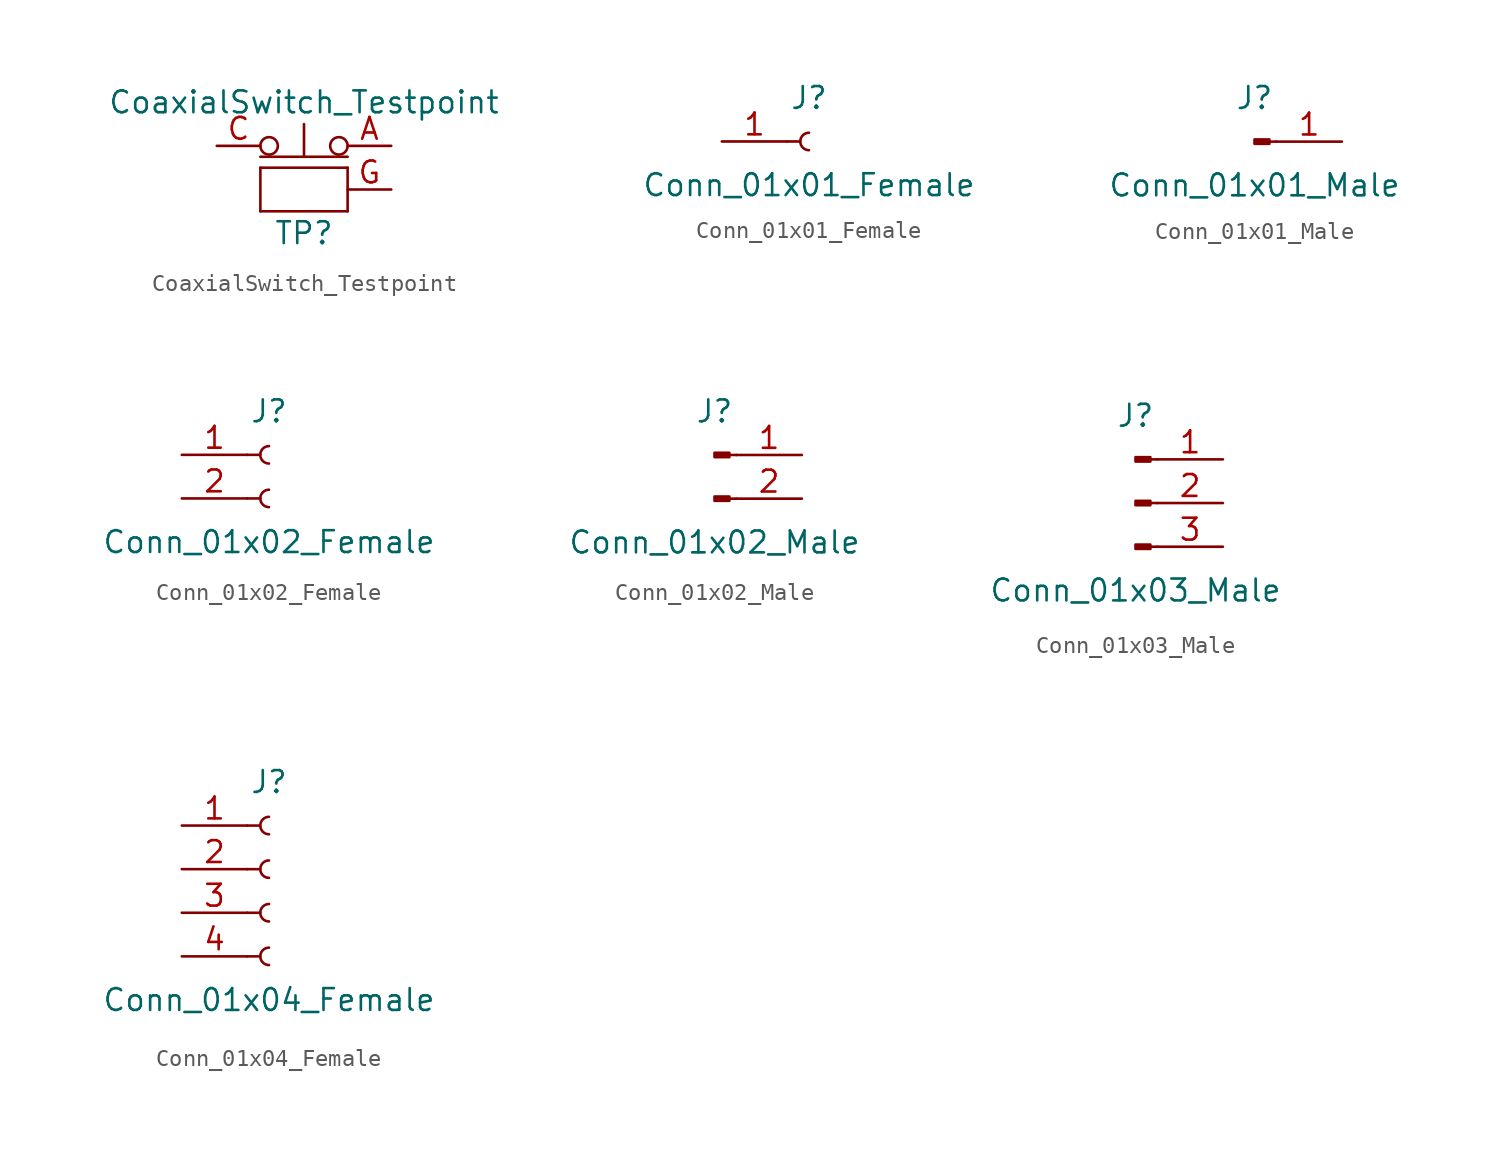
<source format=kicad_sym>
(kicad_symbol_lib
  (version 20201005)
  (generator kicad_symbol_editor)
  (symbol "Connector:CoaxialSwitch_Testpoint"
    (pin_names
      (offset 1.016) hide)
    (property "Reference" "TP"
      (at 0 -3.81 0)
      (effects (font (size 1.27 1.27))))
    (property "Value" "CoaxialSwitch_Testpoint"
      (at 0 3.81 0)
      (effects (font (size 1.27 1.27))))
    (symbol "CoaxialSwitch_Testpoint_0_1"
      (rectangle (start -2.54 -2.54) (end 2.54 -2.54) (stroke (width 0)) (fill (type none)))
      (rectangle (start -2.54 0) (end -2.54 -2.54) (stroke (width 0)) (fill (type none)))
      (rectangle (start 2.54 0) (end -2.54 0) (stroke (width 0)) (fill (type none)))
      (rectangle (start 2.54 0) (end 2.54 -2.54) (stroke (width 0)) (fill (type none))))
    (symbol "CoaxialSwitch_Testpoint_1_1"
      (circle (center -2.032 1.27) (radius 0.508) (stroke (width 0)) (fill (type none)))
      (circle (center 2.032 1.27) (radius 0.508) (stroke (width 0)) (fill (type none)))
      (polyline (pts (xy -2.54 0.635) (xy 2.54 0.635)) (stroke (width 0)) (fill (type none)))
      (polyline (pts (xy 0 0.635) (xy 0 2.54)) (stroke (width 0)) (fill (type none)))
      (pin passive line (at 5.08 1.27 180) (length 2.54) (name "A" (effects (font (size 1.27 1.27)))) (number "A" (effects (font (size 1.27 1.27)))))
      (pin passive line (at -5.08 1.27 0) (length 2.54) (name "C" (effects (font (size 1.27 1.27)))) (number "C" (effects (font (size 1.27 1.27)))))
      (pin passive line (at 5.08 -1.27 180) (length 2.54) (name "G" (effects (font (size 1.27 1.27)))) (number "G" (effects (font (size 1.27 1.27)))))))
  (symbol "Connector:Conn_01x01_Female"
    (pin_names
      (offset 1.016) hide)
    (property "Reference" "J"
      (at 0 2.54 0)
      (effects (font (size 1.27 1.27))))
    (property "Value" "Conn_01x01_Female"
      (at 0 -2.54 0)
      (effects (font (size 1.27 1.27))))
    (symbol "Conn_01x01_Female_1_1"
      (arc (start 0 0.508) (end 0 -0.508) (radius (at 0 0) (length 0.508) (angles 90.1 -90.1)) (stroke (width 0.1524)) (fill (type none)))
      (polyline (pts (xy -1.27 0) (xy -0.508 0)) (stroke (width 0.152)) (fill (type none)))
      (pin passive line (at -5.08 0 0) (length 3.81) (name "Pin_1" (effects (font (size 1.27 1.27)))) (number "1" (effects (font (size 1.27 1.27)))))))
  (symbol "Connector:Conn_01x01_Male"
    (pin_names
      (offset 1.016) hide)
    (property "Reference" "J"
      (at 0 2.54 0)
      (effects (font (size 1.27 1.27))))
    (property "Value" "Conn_01x01_Male"
      (at 0 -2.54 0)
      (effects (font (size 1.27 1.27))))
    (symbol "Conn_01x01_Male_1_1"
      (rectangle (start 0.864 0.127) (end 0 -0.127) (stroke (width 0.152)) (fill (type outline)))
      (polyline (pts (xy 1.27 0) (xy 0.864 0)) (stroke (width 0.152)) (fill (type none)))
      (pin passive line (at 5.08 0 180) (length 3.81) (name "Pin_1" (effects (font (size 1.27 1.27)))) (number "1" (effects (font (size 1.27 1.27)))))))
  (symbol "Connector:Conn_01x02_Female"
    (pin_names
      (offset 1.016) hide)
    (property "Reference" "J"
      (at 0 2.54 0)
      (effects (font (size 1.27 1.27))))
    (property "Value" "Conn_01x02_Female"
      (at 0 -5.08 0)
      (effects (font (size 1.27 1.27))))
    (symbol "Conn_01x02_Female_1_1"
      (arc (start 0 -2.032) (end 0 -3.048) (radius (at 0 -2.54) (length 0.508) (angles 90.1 -90.1)) (stroke (width 0.1524)) (fill (type none)))
      (arc (start 0 0.508) (end 0 -0.508) (radius (at 0 0) (length 0.508) (angles 90.1 -90.1)) (stroke (width 0.1524)) (fill (type none)))
      (polyline (pts (xy -1.27 -2.54) (xy -0.508 -2.54)) (stroke (width 0.152)) (fill (type none)))
      (polyline (pts (xy -1.27 0) (xy -0.508 0)) (stroke (width 0.152)) (fill (type none)))
      (pin passive line (at -5.08 0 0) (length 3.81) (name "Pin_1" (effects (font (size 1.27 1.27)))) (number "1" (effects (font (size 1.27 1.27)))))
      (pin passive line (at -5.08 -2.54 0) (length 3.81) (name "Pin_2" (effects (font (size 1.27 1.27)))) (number "2" (effects (font (size 1.27 1.27)))))))
  (symbol "Connector:Conn_01x02_Male"
    (pin_names
      (offset 1.016) hide)
    (property "Reference" "J"
      (at 0 2.54 0)
      (effects (font (size 1.27 1.27))))
    (property "Value" "Conn_01x02_Male"
      (at 0 -5.08 0)
      (effects (font (size 1.27 1.27))))
    (symbol "Conn_01x02_Male_1_1"
      (rectangle (start 0.864 -2.413) (end 0 -2.667) (stroke (width 0.152)) (fill (type outline)))
      (rectangle (start 0.864 0.127) (end 0 -0.127) (stroke (width 0.152)) (fill (type outline)))
      (polyline (pts (xy 1.27 -2.54) (xy 0.864 -2.54)) (stroke (width 0.152)) (fill (type none)))
      (polyline (pts (xy 1.27 0) (xy 0.864 0)) (stroke (width 0.152)) (fill (type none)))
      (pin passive line (at 5.08 0 180) (length 3.81) (name "Pin_1" (effects (font (size 1.27 1.27)))) (number "1" (effects (font (size 1.27 1.27)))))
      (pin passive line (at 5.08 -2.54 180) (length 3.81) (name "Pin_2" (effects (font (size 1.27 1.27)))) (number "2" (effects (font (size 1.27 1.27)))))))
  (symbol "Connector:Conn_01x03_Male"
    (pin_names
      (offset 1.016) hide)
    (property "Reference" "J"
      (at 0 5.08 0)
      (effects (font (size 1.27 1.27))))
    (property "Value" "Conn_01x03_Male"
      (at 0 -5.08 0)
      (effects (font (size 1.27 1.27))))
    (symbol "Conn_01x03_Male_1_1"
      (rectangle (start 0.864 -2.413) (end 0 -2.667) (stroke (width 0.152)) (fill (type outline)))
      (rectangle (start 0.864 0.127) (end 0 -0.127) (stroke (width 0.152)) (fill (type outline)))
      (rectangle (start 0.864 2.667) (end 0 2.413) (stroke (width 0.152)) (fill (type outline)))
      (polyline (pts (xy 1.27 -2.54) (xy 0.864 -2.54)) (stroke (width 0.152)) (fill (type none)))
      (polyline (pts (xy 1.27 0) (xy 0.864 0)) (stroke (width 0.152)) (fill (type none)))
      (polyline (pts (xy 1.27 2.54) (xy 0.864 2.54)) (stroke (width 0.152)) (fill (type none)))
      (pin passive line (at 5.08 2.54 180) (length 3.81) (name "Pin_1" (effects (font (size 1.27 1.27)))) (number "1" (effects (font (size 1.27 1.27)))))
      (pin passive line (at 5.08 0 180) (length 3.81) (name "Pin_2" (effects (font (size 1.27 1.27)))) (number "2" (effects (font (size 1.27 1.27)))))
      (pin passive line (at 5.08 -2.54 180) (length 3.81) (name "Pin_3" (effects (font (size 1.27 1.27)))) (number "3" (effects (font (size 1.27 1.27)))))))
  (symbol "Connector:Conn_01x04_Female"
    (pin_names
      (offset 1.016) hide)
    (property "Reference" "J"
      (at 0 5.08 0)
      (effects (font (size 1.27 1.27))))
    (property "Value" "Conn_01x04_Female"
      (at 0 -7.62 0)
      (effects (font (size 1.27 1.27))))
    (symbol "Conn_01x04_Female_1_1"
      (arc (start 0 -4.572) (end 0 -5.588) (radius (at 0 -5.08) (length 0.508) (angles 90.1 -90.1)) (stroke (width 0.1524)) (fill (type none)))
      (arc (start 0 -2.032) (end 0 -3.048) (radius (at 0 -2.54) (length 0.508) (angles 90.1 -90.1)) (stroke (width 0.1524)) (fill (type none)))
      (arc (start 0 0.508) (end 0 -0.508) (radius (at 0 0) (length 0.508) (angles 90.1 -90.1)) (stroke (width 0.1524)) (fill (type none)))
      (arc (start 0 3.048) (end 0 2.032) (radius (at 0 2.54) (length 0.508) (angles 90.1 -90.1)) (stroke (width 0.1524)) (fill (type none)))
      (polyline (pts (xy -1.27 -5.08) (xy -0.508 -5.08)) (stroke (width 0.152)) (fill (type none)))
      (polyline (pts (xy -1.27 -2.54) (xy -0.508 -2.54)) (stroke (width 0.152)) (fill (type none)))
      (polyline (pts (xy -1.27 0) (xy -0.508 0)) (stroke (width 0.152)) (fill (type none)))
      (polyline (pts (xy -1.27 2.54) (xy -0.508 2.54)) (stroke (width 0.152)) (fill (type none)))
      (pin passive line (at -5.08 2.54 0) (length 3.81) (name "Pin_1" (effects (font (size 1.27 1.27)))) (number "1" (effects (font (size 1.27 1.27)))))
      (pin passive line (at -5.08 0 0) (length 3.81) (name "Pin_2" (effects (font (size 1.27 1.27)))) (number "2" (effects (font (size 1.27 1.27)))))
      (pin passive line (at -5.08 -2.54 0) (length 3.81) (name "Pin_3" (effects (font (size 1.27 1.27)))) (number "3" (effects (font (size 1.27 1.27)))))
      (pin passive line (at -5.08 -5.08 0) (length 3.81) (name "Pin_4" (effects (font (size 1.27 1.27)))) (number "4" (effects (font (size 1.27 1.27))))))))
</source>
